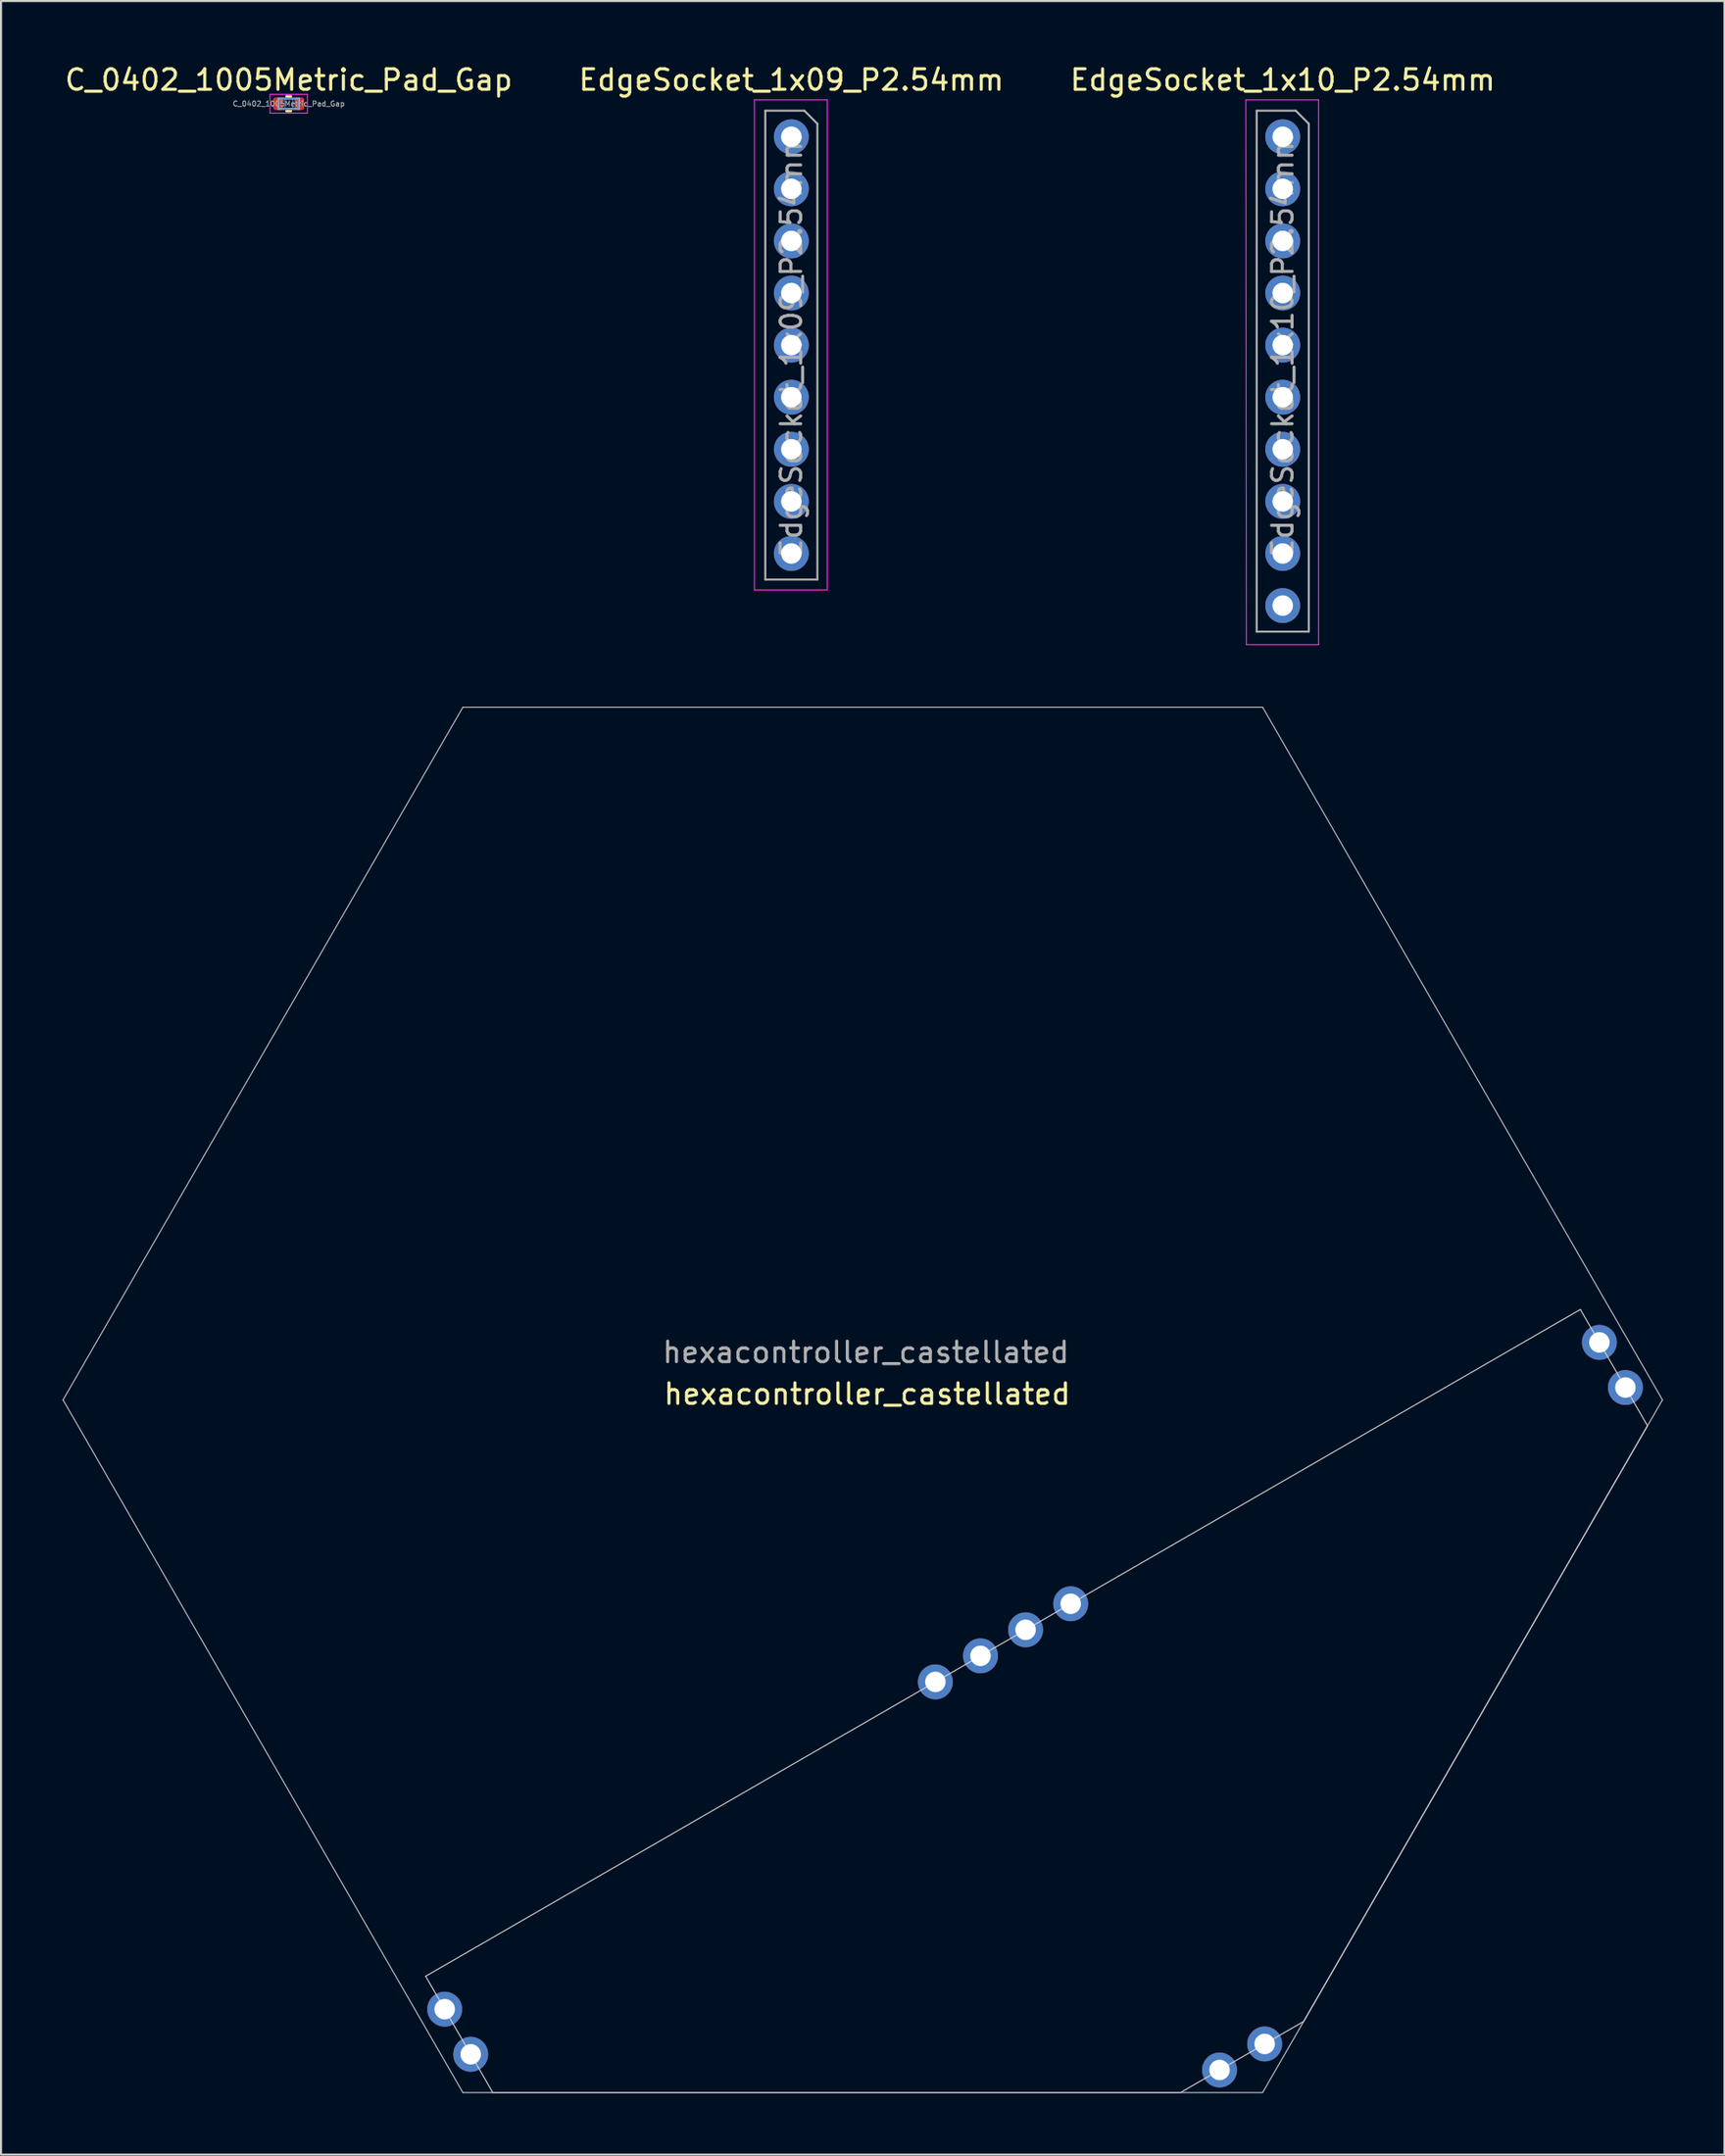
<source format=kicad_pcb>
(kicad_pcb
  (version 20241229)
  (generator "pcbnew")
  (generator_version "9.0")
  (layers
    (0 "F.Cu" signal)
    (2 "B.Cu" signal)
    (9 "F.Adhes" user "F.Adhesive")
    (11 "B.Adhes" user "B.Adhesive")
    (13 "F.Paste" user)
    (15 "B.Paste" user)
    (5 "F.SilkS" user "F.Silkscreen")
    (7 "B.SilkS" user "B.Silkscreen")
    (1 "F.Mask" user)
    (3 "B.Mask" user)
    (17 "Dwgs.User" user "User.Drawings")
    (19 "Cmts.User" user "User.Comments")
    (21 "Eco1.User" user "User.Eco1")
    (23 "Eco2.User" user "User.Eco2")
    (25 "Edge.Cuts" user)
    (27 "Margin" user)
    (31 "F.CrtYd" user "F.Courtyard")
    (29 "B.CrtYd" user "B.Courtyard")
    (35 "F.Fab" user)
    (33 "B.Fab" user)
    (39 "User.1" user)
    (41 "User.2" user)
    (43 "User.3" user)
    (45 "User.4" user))
  (footprint "hexacontroller_castellated"
    (layer "F.Cu")
    (at 39.025 65.208)
    (property "Reference" "hexacontroller_castellated" (at 0.216 -0.288 0) (unlocked yes) (layer "F.SilkS") (effects (font (size 1 1) (thickness 0.15))))
    (attr through_hole)
    (fp_line (start -39 0) (end -19.5 -33.775) (stroke (width 0.05) (type default)) (layer "Dwgs.User"))
    (fp_line (start -19.5 -33.775) (end 19.5 -33.775) (stroke (width 0.05) (type default)) (layer "Dwgs.User"))
    (fp_line (start -19.5 33.775) (end -39 0) (stroke (width 0.05) (type default)) (layer "Dwgs.User"))
    (fp_line (start 19.5 -33.775) (end 39 0) (stroke (width 0.05) (type default)) (layer "Dwgs.User"))
    (fp_line (start 19.5 33.775) (end -19.5 33.775) (stroke (width 0.05) (type default)) (layer "Dwgs.User"))
    (fp_line (start 39 0) (end 19.5 33.775) (stroke (width 0.05) (type default)) (layer "Dwgs.User"))
    (fp_line (start -21.317 28.102) (end -18.045 33.77) (stroke (width 0.05) (type default)) (layer "Edge.Cuts"))
    (fp_line (start -21.317 28.102) (end 34.996 -4.41) (stroke (width 0.05) (type default)) (layer "Edge.Cuts"))
    (fp_line (start 15.5 33.77) (end -18.045 33.77) (stroke (width 0.05) (type default)) (layer "Edge.Cuts"))
    (fp_line (start 15.5 33.77) (end 21.5 30.306) (stroke (width 0.05) (type default)) (layer "Edge.Cuts"))
    (fp_line (start 34.996 -4.41) (end 38.269 1.26) (stroke (width 0.05) (type default)) (layer "Edge.Cuts"))
    (fp_line (start 38.269 1.26) (end 21.5 30.306) (stroke (width 0.05) (type default)) (layer "Edge.Cuts"))
    (fp_text user "${REFERENCE}" (at 0.152 -2.32 0) (layer "F.Fab") (effects (font (size 1 1) (thickness 0.15))))
    (pad "1" thru_hole oval (at 3.542 13.75 210) (size 1.7 1.7) (drill 1) (property pad_prop_castellated) (layers "*.Cu" "*.Mask"))
    (pad "1" thru_hole oval (at 10.141 9.94 210) (size 1.7 1.7) (drill 1) (property pad_prop_castellated) (layers "*.Cu" "*.Mask"))
    (pad "1" thru_hole oval (at 17.4 32.673 300) (size 1.7 1.7) (drill 1) (property pad_prop_castellated) (layers "*.Cu" "*.Mask"))
    (pad "1" thru_hole oval (at 19.6 31.403 300) (size 1.7 1.7) (drill 1) (property pad_prop_castellated) (layers "*.Cu" "*.Mask"))
    (pad "1" thru_hole oval (at 35.923 -2.803 210) (size 1.7 1.7) (drill 1) (property pad_prop_castellated) (layers "*.Cu" "*.Mask"))
    (pad "1" thru_hole oval (at 37.193 -0.604 210) (size 1.7 1.7) (drill 1) (property pad_prop_castellated) (layers "*.Cu" "*.Mask"))
    (pad "2" thru_hole oval (at 5.742 12.48 210) (size 1.7 1.7) (drill 1) (property pad_prop_castellated) (layers "*.Cu" "*.Mask"))
    (pad "2" thru_hole oval (at 7.941 11.21 210) (size 1.7 1.7) (drill 1) (property pad_prop_castellated) (layers "*.Cu" "*.Mask"))
    (pad "3" thru_hole oval (at -20.389 29.709 210) (size 1.7 1.7) (drill 1) (property pad_prop_castellated) (layers "*.Cu" "*.Mask"))
    (pad "4" thru_hole oval (at -19.119 31.908 210) (size 1.7 1.7) (drill 1) (property pad_prop_castellated) (layers "*.Cu" "*.Mask")))
  (footprint "C_0402_1005Metric_Pad_Gap"
    (layer "F.Cu")
    (at 11.03 2.008)
    (property "Reference" "C_0402_1005Metric_Pad_Gap" (at 0 -1.16 0) (layer "F.SilkS") (effects (font (size 1 1) (thickness 0.15))))
    (attr smd)
    (fp_line (start -0.108 -0.36) (end 0.108 -0.36) (stroke (width 0.12) (type solid)) (layer "F.SilkS"))
    (fp_line (start -0.108 0.36) (end 0.108 0.36) (stroke (width 0.12) (type solid)) (layer "F.SilkS"))
    (fp_rect (start -0.508 -0.246) (end 0.492 0.254) (stroke (width 0.04) (type default)) (fill no) (layer "Cmts.User"))
    (fp_rect (start -0.197 -0.246) (end 0.203 0.254) (stroke (width 0.04) (type default)) (fill no) (layer "Cmts.User"))
    (fp_line (start -0.91 -0.46) (end 0.91 -0.46) (stroke (width 0.05) (type solid)) (layer "F.CrtYd"))
    (fp_line (start -0.91 0.46) (end -0.91 -0.46) (stroke (width 0.05) (type solid)) (layer "F.CrtYd"))
    (fp_line (start 0.91 -0.46) (end 0.91 0.46) (stroke (width 0.05) (type solid)) (layer "F.CrtYd"))
    (fp_line (start 0.91 0.46) (end -0.91 0.46) (stroke (width 0.05) (type solid)) (layer "F.CrtYd"))
    (fp_line (start -0.5 -0.25) (end 0.5 -0.25) (stroke (width 0.1) (type solid)) (layer "F.Fab"))
    (fp_line (start -0.5 0.25) (end -0.5 -0.25) (stroke (width 0.1) (type solid)) (layer "F.Fab"))
    (fp_line (start 0.5 -0.25) (end 0.5 0.25) (stroke (width 0.1) (type solid)) (layer "F.Fab"))
    (fp_line (start 0.5 0.25) (end -0.5 0.25) (stroke (width 0.1) (type solid)) (layer "F.Fab"))
    (fp_text user "${REFERENCE}" (at 0 0 0) (layer "F.Fab") (effects (font (size 0.25 0.25) (thickness 0.04))))
    (pad "1" smd roundrect (at -0.52 0) (size 0.48 0.62) (layers "F.Cu" "F.Mask" "F.Paste") (roundrect_rratio 0.25))
    (pad "2" smd roundrect (at 0.52 0) (size 0.48 0.62) (layers "F.Cu" "F.Mask" "F.Paste") (roundrect_rratio 0.25)))
  (footprint "EdgeSocket_1x09_P2.54mm"
    (layer "F.Cu")
    (at 35.542 3.618)
    (property "Reference" "EdgeSocket_1x09_P2.54mm" (at 0 -2.77 0) (layer "F.SilkS") (effects (font (size 1 1) (thickness 0.15))))
    (attr through_hole)
    (fp_line (start -1.8 -1.8) (end 1.75 -1.8) (stroke (width 0.05) (type solid)) (layer "F.CrtYd"))
    (fp_line (start -1.8 22.1) (end -1.8 -1.8) (stroke (width 0.05) (type solid)) (layer "F.CrtYd"))
    (fp_line (start 1.75 -1.8) (end 1.75 22.1) (stroke (width 0.05) (type solid)) (layer "F.CrtYd"))
    (fp_line (start 1.75 22.1) (end -1.8 22.1) (stroke (width 0.05) (type solid)) (layer "F.CrtYd"))
    (fp_line (start -1.27 -1.27) (end 0.635 -1.27) (stroke (width 0.1) (type solid)) (layer "F.Fab"))
    (fp_line (start -1.27 21.59) (end -1.27 -1.27) (stroke (width 0.1) (type solid)) (layer "F.Fab"))
    (fp_line (start 0.635 -1.27) (end 1.27 -0.635) (stroke (width 0.1) (type solid)) (layer "F.Fab"))
    (fp_line (start 1.27 -0.635) (end 1.27 21.59) (stroke (width 0.1) (type solid)) (layer "F.Fab"))
    (fp_line (start 1.27 21.59) (end -1.27 21.59) (stroke (width 0.1) (type solid)) (layer "F.Fab"))
    (fp_text user "${REFERENCE}" (at 0 10.16 90) (layer "F.Fab") (effects (font (size 1 1) (thickness 0.15))))
    (pad "1" thru_hole oval (at 0 0) (size 1.7 1.7) (drill 1) (layers "*.Cu" "*.Mask"))
    (pad "2" thru_hole oval (at 0 2.54) (size 1.7 1.7) (drill 1) (layers "*.Cu" "*.Mask"))
    (pad "3" thru_hole oval (at 0 5.08) (size 1.7 1.7) (drill 1) (layers "*.Cu" "*.Mask"))
    (pad "4" thru_hole oval (at 0 7.62) (size 1.7 1.7) (drill 1) (layers "*.Cu" "*.Mask"))
    (pad "5" thru_hole oval (at 0 10.16) (size 1.7 1.7) (drill 1) (layers "*.Cu" "*.Mask"))
    (pad "6" thru_hole oval (at 0 12.7) (size 1.7 1.7) (drill 1) (layers "*.Cu" "*.Mask"))
    (pad "7" thru_hole oval (at 0 15.24) (size 1.7 1.7) (drill 1) (layers "*.Cu" "*.Mask"))
    (pad "8" thru_hole oval (at 0 17.78) (size 1.7 1.7) (drill 1) (layers "*.Cu" "*.Mask"))
    (pad "9" thru_hole oval (at 0 20.32) (size 1.7 1.7) (drill 1) (layers "*.Cu" "*.Mask")))
  (footprint "EdgeSocket_1x10_P2.54mm"
    (layer "F.Cu")
    (at 59.506 3.618)
    (property "Reference" "EdgeSocket_1x10_P2.54mm" (at 0 -2.77 0) (layer "F.SilkS") (effects (font (size 1 1) (thickness 0.15))))
    (attr through_hole)
    (fp_line (start -1.8 -1.8) (end 1.75 -1.8) (stroke (width 0.05) (type solid)) (layer "F.CrtYd"))
    (fp_line (start -1.775 24.765) (end -1.8 -1.8) (stroke (width 0.05) (type solid)) (layer "F.CrtYd"))
    (fp_line (start 1.75 -1.8) (end 1.75 24.765) (stroke (width 0.05) (type solid)) (layer "F.CrtYd"))
    (fp_line (start 1.75 24.765) (end -1.775 24.765) (stroke (width 0.05) (type solid)) (layer "F.CrtYd"))
    (fp_line (start -1.27 -1.27) (end 0.635 -1.27) (stroke (width 0.1) (type solid)) (layer "F.Fab"))
    (fp_line (start -1.27 24.13) (end -1.27 -1.27) (stroke (width 0.1) (type solid)) (layer "F.Fab"))
    (fp_line (start 0.635 -1.27) (end 1.27 -0.635) (stroke (width 0.1) (type solid)) (layer "F.Fab"))
    (fp_line (start 1.27 -0.635) (end 1.27 24.13) (stroke (width 0.1) (type solid)) (layer "F.Fab"))
    (fp_line (start 1.27 24.13) (end -1.27 24.13) (stroke (width 0.1) (type solid)) (layer "F.Fab"))
    (fp_text user "${REFERENCE}" (at 0 10.16 90) (layer "F.Fab") (effects (font (size 1 1) (thickness 0.15))))
    (pad "1" thru_hole oval (at 0 0) (size 1.7 1.7) (drill 1) (layers "*.Cu" "*.Mask"))
    (pad "2" thru_hole oval (at 0 2.54) (size 1.7 1.7) (drill 1) (layers "*.Cu" "*.Mask"))
    (pad "3" thru_hole oval (at 0 5.08) (size 1.7 1.7) (drill 1) (layers "*.Cu" "*.Mask"))
    (pad "4" thru_hole oval (at 0 7.62) (size 1.7 1.7) (drill 1) (layers "*.Cu" "*.Mask"))
    (pad "5" thru_hole oval (at 0 10.16) (size 1.7 1.7) (drill 1) (layers "*.Cu" "*.Mask"))
    (pad "6" thru_hole oval (at 0 12.7) (size 1.7 1.7) (drill 1) (layers "*.Cu" "*.Mask"))
    (pad "7" thru_hole oval (at 0 15.24) (size 1.7 1.7) (drill 1) (layers "*.Cu" "*.Mask"))
    (pad "8" thru_hole oval (at 0 17.78) (size 1.7 1.7) (drill 1) (layers "*.Cu" "*.Mask"))
    (pad "9" thru_hole oval (at 0 20.32) (size 1.7 1.7) (drill 1) (layers "*.Cu" "*.Mask"))
    (pad "10" thru_hole oval (at 0 22.86) (size 1.7 1.7) (drill 1) (layers "*.Cu" "*.Mask")))
  (gr_rect
    (start -3 -3)
    (end 81.05 102.008)
    (stroke (width 0.1) (type default))
    (fill no)
    (layer "Edge.Cuts")))
</source>
